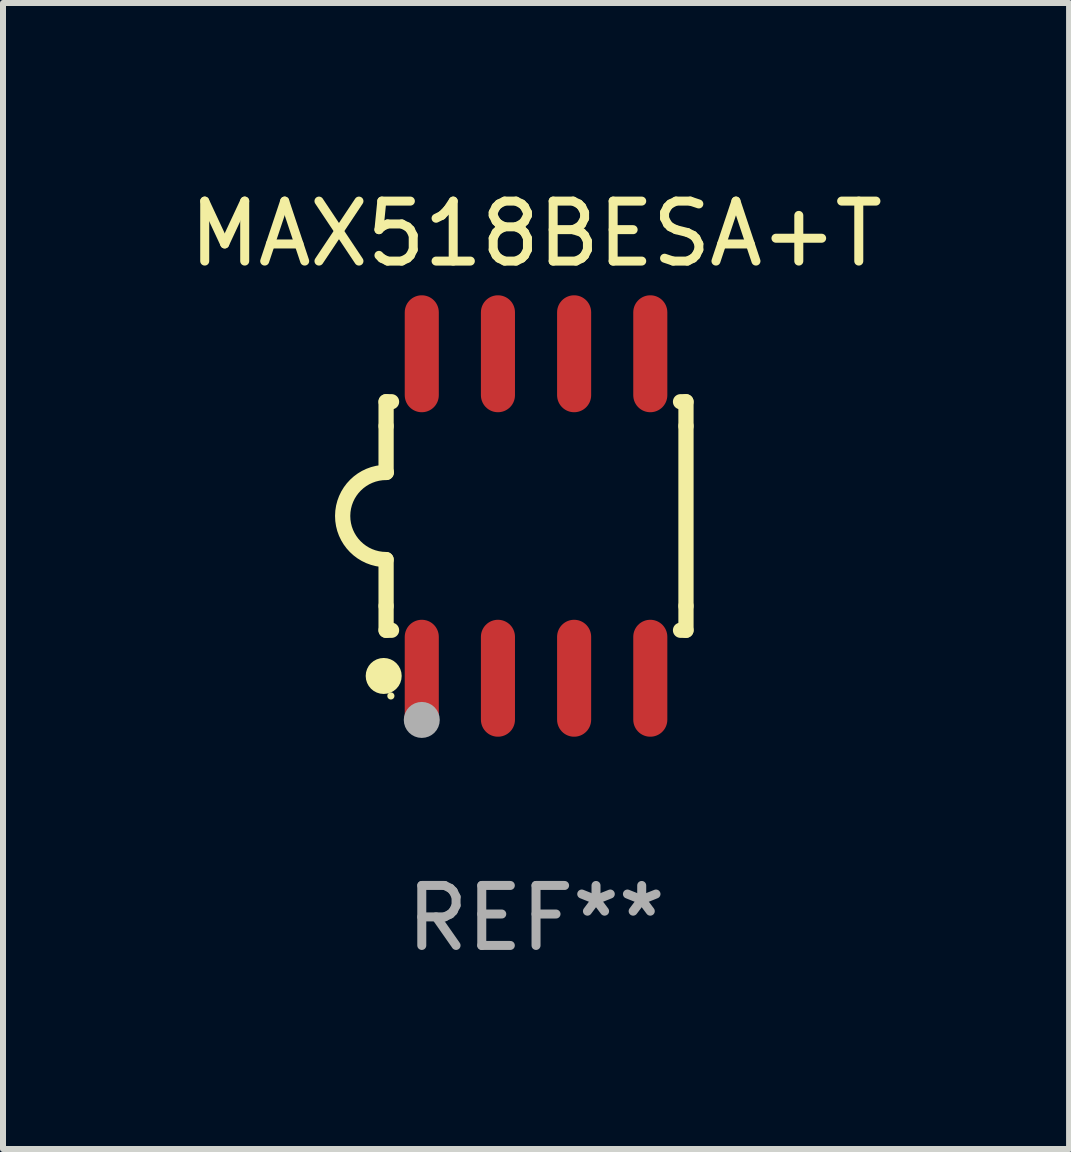
<source format=kicad_pcb>
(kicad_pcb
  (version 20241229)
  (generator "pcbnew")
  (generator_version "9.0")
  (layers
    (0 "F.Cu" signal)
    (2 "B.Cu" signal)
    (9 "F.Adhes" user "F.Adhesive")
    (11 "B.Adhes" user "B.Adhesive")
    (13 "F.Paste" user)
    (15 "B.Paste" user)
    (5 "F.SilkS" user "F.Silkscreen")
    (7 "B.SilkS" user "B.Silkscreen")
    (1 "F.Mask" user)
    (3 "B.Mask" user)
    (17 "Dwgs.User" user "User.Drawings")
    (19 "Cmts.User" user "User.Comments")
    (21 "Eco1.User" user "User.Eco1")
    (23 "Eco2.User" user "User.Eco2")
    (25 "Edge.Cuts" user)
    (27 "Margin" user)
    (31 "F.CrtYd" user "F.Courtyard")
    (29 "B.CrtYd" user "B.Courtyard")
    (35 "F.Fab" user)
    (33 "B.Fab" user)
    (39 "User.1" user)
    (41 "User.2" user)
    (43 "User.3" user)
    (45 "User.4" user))
  (footprint "MAX518BESA+T"
    (layer "F.Cu")
    (at 5.887 5.553)
    (property "Reference" "MAX518BESA+T" (at 0 -4.705 0) (layer "F.SilkS") (effects (font (size 1 1) (thickness 0.15))))
    (attr through_hole)
    (fp_line (start -2.5 -1.905) (end -2.409 -1.905) (stroke (width 0.254) (type solid)) (layer "F.SilkS"))
    (fp_line (start -2.5 -1.5) (end -2.5 -1.905) (stroke (width 0.254) (type solid)) (layer "F.SilkS"))
    (fp_line (start -2.5 -1.5) (end -2.5 -0.726) (stroke (width 0.254) (type solid)) (layer "F.SilkS"))
    (fp_line (start -2.5 1.5) (end -2.5 0.727) (stroke (width 0.254) (type solid)) (layer "F.SilkS"))
    (fp_line (start -2.5 1.5) (end -2.5 1.905) (stroke (width 0.254) (type solid)) (layer "F.SilkS"))
    (fp_line (start -2.5 1.905) (end -2.409 1.905) (stroke (width 0.254) (type solid)) (layer "F.SilkS"))
    (fp_line (start 2.5 -1.905) (end 2.409 -1.905) (stroke (width 0.254) (type solid)) (layer "F.SilkS"))
    (fp_line (start 2.5 -1.5) (end 2.5 -1.905) (stroke (width 0.254) (type solid)) (layer "F.SilkS"))
    (fp_line (start 2.5 -1.5) (end 2.5 1.5) (stroke (width 0.254) (type solid)) (layer "F.SilkS"))
    (fp_line (start 2.5 1.5) (end 2.5 1.905) (stroke (width 0.254) (type solid)) (layer "F.SilkS"))
    (fp_line (start 2.5 1.905) (end 2.409 1.905) (stroke (width 0.254) (type solid)) (layer "F.SilkS"))
    (fp_arc (start -2.5 0.726568) (mid -3.220316 -0.0023) (end -2.495097 -0.726289) (stroke (width 0.254001) (type solid)) (layer "F.SilkS"))
    (fp_circle (center -2.54 2.667) (end -2.39 2.667) (stroke (width 0.3) (type solid)) (fill no) (layer "F.SilkS"))
    (fp_circle (center -2.42 3) (end -2.39 3) (stroke (width 0.06) (type solid)) (fill no) (layer "F.SilkS"))
    (fp_circle (center -1.905 3.4) (end -1.755 3.4) (stroke (width 0.3) (type solid)) (fill no) (layer "F.Fab"))
    (fp_text user "REF**" (at 0 6.705 0) (layer "F.Fab") (effects (font (size 1 1) (thickness 0.15))))
    (pad "1" smd oval (at -1.905 2.705) (size 0.568 1.95) (layers "F.Cu" "F.Mask" "F.Paste"))
    (pad "2" smd oval (at -0.635 2.705) (size 0.568 1.95) (layers "F.Cu" "F.Mask" "F.Paste"))
    (pad "3" smd oval (at 0.635 2.705) (size 0.568 1.95) (layers "F.Cu" "F.Mask" "F.Paste"))
    (pad "4" smd oval (at 1.905 2.705) (size 0.568 1.95) (layers "F.Cu" "F.Mask" "F.Paste"))
    (pad "5" smd oval (at 1.905 -2.705) (size 0.568 1.95) (layers "F.Cu" "F.Mask" "F.Paste"))
    (pad "6" smd oval (at 0.635 -2.705) (size 0.568 1.95) (layers "F.Cu" "F.Mask" "F.Paste"))
    (pad "7" smd oval (at -0.635 -2.705) (size 0.568 1.95) (layers "F.Cu" "F.Mask" "F.Paste"))
    (pad "8" smd oval (at -1.905 -2.705) (size 0.568 1.95) (layers "F.Cu" "F.Mask" "F.Paste")))
  (gr_rect
    (start -3 -3)
    (end 14.774 16.107)
    (stroke (width 0.1) (type default))
    (fill no)
    (layer "Edge.Cuts")))
</source>
